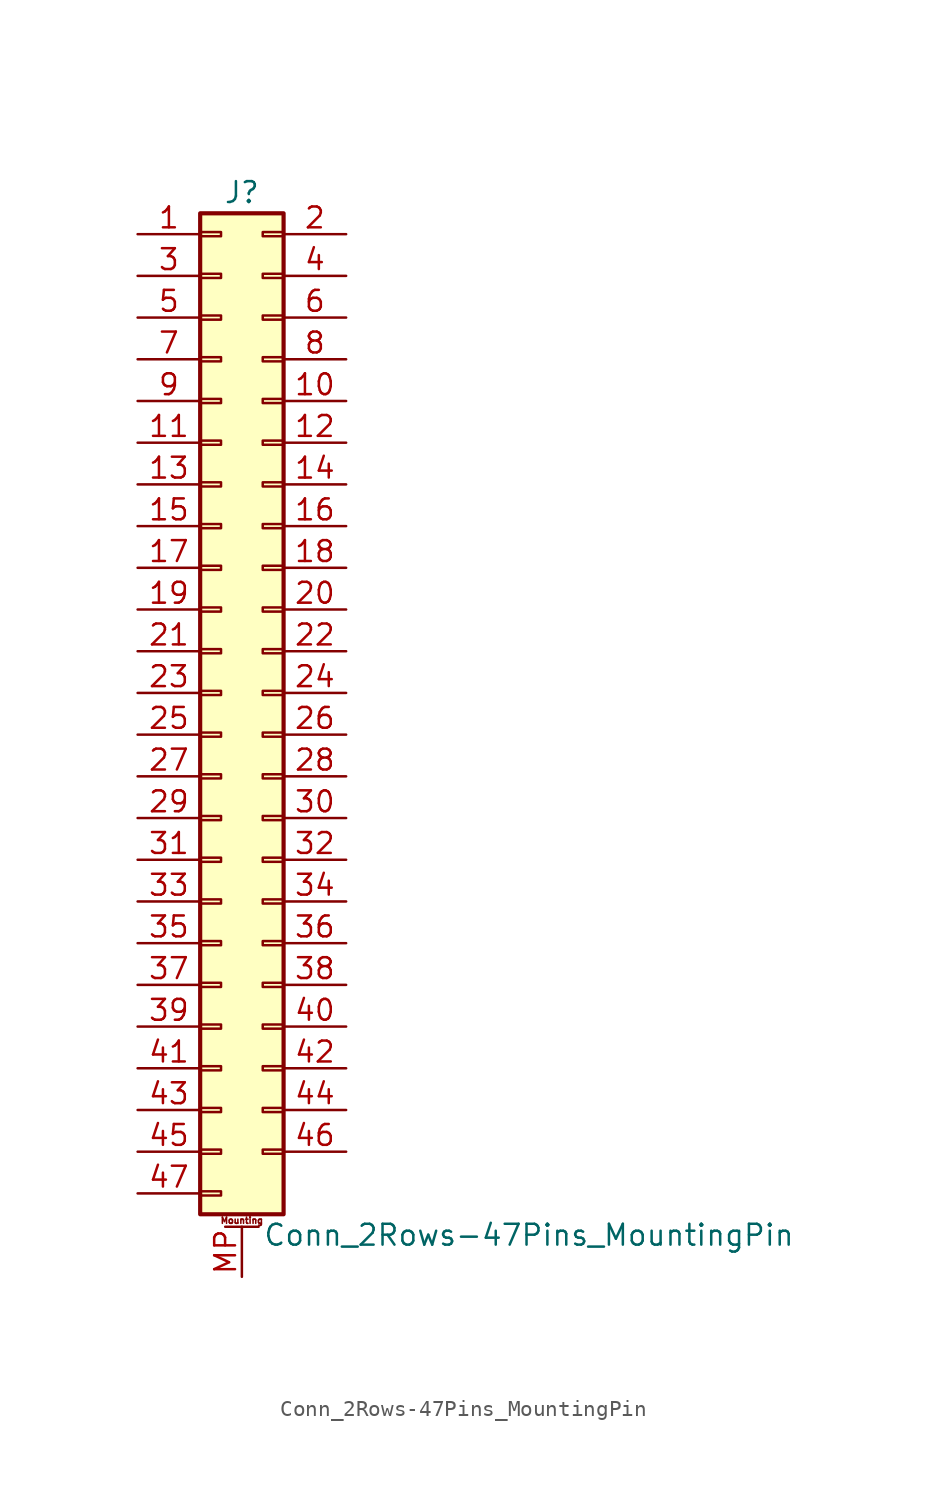
<source format=kicad_sym>
(kicad_symbol_lib
  (version 20201005)
  (generator kicad_symbol_editor)
  (symbol "Conn_2Rows-47Pins_MountingPin"
    (pin_names
      (offset 1.016) hide)
    (property "Reference" "J"
      (at 1.27 30.48 0)
      (effects (font (size 1.27 1.27))))
    (property "Value" "Conn_2Rows-47Pins_MountingPin"
      (at 2.54 -33.02 0)
      (effects (font (size 1.27 1.27)) (justify left)))
    (symbol "Conn_2Rows-47Pins_MountingPin_1_1"
      (text "Mounting" (at 1.27 -32.131 0) (effects (font (size 0.381 0.381))))
      (rectangle (start -1.27 -30.353) (end 0 -30.607) (stroke (width 0.152)) (fill (type none)))
      (rectangle (start -1.27 -27.813) (end 0 -28.067) (stroke (width 0.152)) (fill (type none)))
      (rectangle (start -1.27 -25.273) (end 0 -25.527) (stroke (width 0.152)) (fill (type none)))
      (rectangle (start -1.27 -22.733) (end 0 -22.987) (stroke (width 0.152)) (fill (type none)))
      (rectangle (start -1.27 -20.193) (end 0 -20.447) (stroke (width 0.152)) (fill (type none)))
      (rectangle (start -1.27 -17.653) (end 0 -17.907) (stroke (width 0.152)) (fill (type none)))
      (rectangle (start -1.27 -15.113) (end 0 -15.367) (stroke (width 0.152)) (fill (type none)))
      (rectangle (start -1.27 -12.573) (end 0 -12.827) (stroke (width 0.152)) (fill (type none)))
      (rectangle (start -1.27 -10.033) (end 0 -10.287) (stroke (width 0.152)) (fill (type none)))
      (rectangle (start -1.27 -7.493) (end 0 -7.747) (stroke (width 0.152)) (fill (type none)))
      (rectangle (start -1.27 -4.953) (end 0 -5.207) (stroke (width 0.152)) (fill (type none)))
      (rectangle (start -1.27 -2.413) (end 0 -2.667) (stroke (width 0.152)) (fill (type none)))
      (rectangle (start -1.27 0.127) (end 0 -0.127) (stroke (width 0.152)) (fill (type none)))
      (rectangle (start -1.27 2.667) (end 0 2.413) (stroke (width 0.152)) (fill (type none)))
      (rectangle (start -1.27 5.207) (end 0 4.953) (stroke (width 0.152)) (fill (type none)))
      (rectangle (start -1.27 7.747) (end 0 7.493) (stroke (width 0.152)) (fill (type none)))
      (rectangle (start -1.27 10.287) (end 0 10.033) (stroke (width 0.152)) (fill (type none)))
      (rectangle (start -1.27 12.827) (end 0 12.573) (stroke (width 0.152)) (fill (type none)))
      (rectangle (start -1.27 15.367) (end 0 15.113) (stroke (width 0.152)) (fill (type none)))
      (rectangle (start -1.27 17.907) (end 0 17.653) (stroke (width 0.152)) (fill (type none)))
      (rectangle (start -1.27 20.447) (end 0 20.193) (stroke (width 0.152)) (fill (type none)))
      (rectangle (start -1.27 22.987) (end 0 22.733) (stroke (width 0.152)) (fill (type none)))
      (rectangle (start -1.27 25.527) (end 0 25.273) (stroke (width 0.152)) (fill (type none)))
      (rectangle (start -1.27 28.067) (end 0 27.813) (stroke (width 0.152)) (fill (type none)))
      (rectangle (start 3.81 -27.813) (end 2.54 -28.067) (stroke (width 0.152)) (fill (type none)))
      (rectangle (start 3.81 -25.273) (end 2.54 -25.527) (stroke (width 0.152)) (fill (type none)))
      (rectangle (start 3.81 -22.733) (end 2.54 -22.987) (stroke (width 0.152)) (fill (type none)))
      (rectangle (start 3.81 -20.193) (end 2.54 -20.447) (stroke (width 0.152)) (fill (type none)))
      (rectangle (start 3.81 -17.653) (end 2.54 -17.907) (stroke (width 0.152)) (fill (type none)))
      (rectangle (start 3.81 -15.113) (end 2.54 -15.367) (stroke (width 0.152)) (fill (type none)))
      (rectangle (start 3.81 -12.573) (end 2.54 -12.827) (stroke (width 0.152)) (fill (type none)))
      (rectangle (start 3.81 -10.033) (end 2.54 -10.287) (stroke (width 0.152)) (fill (type none)))
      (rectangle (start 3.81 -7.493) (end 2.54 -7.747) (stroke (width 0.152)) (fill (type none)))
      (rectangle (start 3.81 -4.953) (end 2.54 -5.207) (stroke (width 0.152)) (fill (type none)))
      (rectangle (start 3.81 -2.413) (end 2.54 -2.667) (stroke (width 0.152)) (fill (type none)))
      (rectangle (start 3.81 0.127) (end 2.54 -0.127) (stroke (width 0.152)) (fill (type none)))
      (rectangle (start 3.81 2.667) (end 2.54 2.413) (stroke (width 0.152)) (fill (type none)))
      (rectangle (start 3.81 5.207) (end 2.54 4.953) (stroke (width 0.152)) (fill (type none)))
      (rectangle (start 3.81 7.747) (end 2.54 7.493) (stroke (width 0.152)) (fill (type none)))
      (rectangle (start 3.81 10.287) (end 2.54 10.033) (stroke (width 0.152)) (fill (type none)))
      (rectangle (start 3.81 12.827) (end 2.54 12.573) (stroke (width 0.152)) (fill (type none)))
      (rectangle (start 3.81 15.367) (end 2.54 15.113) (stroke (width 0.152)) (fill (type none)))
      (rectangle (start 3.81 17.907) (end 2.54 17.653) (stroke (width 0.152)) (fill (type none)))
      (rectangle (start 3.81 20.447) (end 2.54 20.193) (stroke (width 0.152)) (fill (type none)))
      (rectangle (start 3.81 22.987) (end 2.54 22.733) (stroke (width 0.152)) (fill (type none)))
      (rectangle (start 3.81 25.527) (end 2.54 25.273) (stroke (width 0.152)) (fill (type none)))
      (rectangle (start 3.81 28.067) (end 2.54 27.813) (stroke (width 0.152)) (fill (type none)))
      (rectangle (start -1.27 29.21) (end 3.81 -31.75) (stroke (width 0.254)) (fill (type background)))
      (polyline (pts (xy 0.254 -32.512) (xy 2.286 -32.512)) (stroke (width 0.152)) (fill (type none)))
      (pin passive line (at -5.08 27.94 0) (length 3.81) (name "Pin_1" (effects (font (size 1.27 1.27)))) (number "1" (effects (font (size 1.27 1.27)))))
      (pin passive line (at 7.62 17.78 180) (length 3.81) (name "Pin_10" (effects (font (size 1.27 1.27)))) (number "10" (effects (font (size 1.27 1.27)))))
      (pin passive line (at -5.08 15.24 0) (length 3.81) (name "Pin_11" (effects (font (size 1.27 1.27)))) (number "11" (effects (font (size 1.27 1.27)))))
      (pin passive line (at 7.62 15.24 180) (length 3.81) (name "Pin_12" (effects (font (size 1.27 1.27)))) (number "12" (effects (font (size 1.27 1.27)))))
      (pin passive line (at -5.08 12.7 0) (length 3.81) (name "Pin_13" (effects (font (size 1.27 1.27)))) (number "13" (effects (font (size 1.27 1.27)))))
      (pin passive line (at 7.62 12.7 180) (length 3.81) (name "Pin_14" (effects (font (size 1.27 1.27)))) (number "14" (effects (font (size 1.27 1.27)))))
      (pin passive line (at -5.08 10.16 0) (length 3.81) (name "Pin_15" (effects (font (size 1.27 1.27)))) (number "15" (effects (font (size 1.27 1.27)))))
      (pin passive line (at 7.62 10.16 180) (length 3.81) (name "Pin_16" (effects (font (size 1.27 1.27)))) (number "16" (effects (font (size 1.27 1.27)))))
      (pin passive line (at -5.08 7.62 0) (length 3.81) (name "Pin_17" (effects (font (size 1.27 1.27)))) (number "17" (effects (font (size 1.27 1.27)))))
      (pin passive line (at 7.62 7.62 180) (length 3.81) (name "Pin_18" (effects (font (size 1.27 1.27)))) (number "18" (effects (font (size 1.27 1.27)))))
      (pin passive line (at -5.08 5.08 0) (length 3.81) (name "Pin_19" (effects (font (size 1.27 1.27)))) (number "19" (effects (font (size 1.27 1.27)))))
      (pin passive line (at 7.62 27.94 180) (length 3.81) (name "Pin_2" (effects (font (size 1.27 1.27)))) (number "2" (effects (font (size 1.27 1.27)))))
      (pin passive line (at 7.62 5.08 180) (length 3.81) (name "Pin_20" (effects (font (size 1.27 1.27)))) (number "20" (effects (font (size 1.27 1.27)))))
      (pin passive line (at -5.08 2.54 0) (length 3.81) (name "Pin_21" (effects (font (size 1.27 1.27)))) (number "21" (effects (font (size 1.27 1.27)))))
      (pin passive line (at 7.62 2.54 180) (length 3.81) (name "Pin_22" (effects (font (size 1.27 1.27)))) (number "22" (effects (font (size 1.27 1.27)))))
      (pin passive line (at -5.08 0 0) (length 3.81) (name "Pin_23" (effects (font (size 1.27 1.27)))) (number "23" (effects (font (size 1.27 1.27)))))
      (pin passive line (at 7.62 0 180) (length 3.81) (name "Pin_24" (effects (font (size 1.27 1.27)))) (number "24" (effects (font (size 1.27 1.27)))))
      (pin passive line (at -5.08 -2.54 0) (length 3.81) (name "Pin_25" (effects (font (size 1.27 1.27)))) (number "25" (effects (font (size 1.27 1.27)))))
      (pin passive line (at 7.62 -2.54 180) (length 3.81) (name "Pin_26" (effects (font (size 1.27 1.27)))) (number "26" (effects (font (size 1.27 1.27)))))
      (pin passive line (at -5.08 -5.08 0) (length 3.81) (name "Pin_27" (effects (font (size 1.27 1.27)))) (number "27" (effects (font (size 1.27 1.27)))))
      (pin passive line (at 7.62 -5.08 180) (length 3.81) (name "Pin_28" (effects (font (size 1.27 1.27)))) (number "28" (effects (font (size 1.27 1.27)))))
      (pin passive line (at -5.08 -7.62 0) (length 3.81) (name "Pin_29" (effects (font (size 1.27 1.27)))) (number "29" (effects (font (size 1.27 1.27)))))
      (pin passive line (at -5.08 25.4 0) (length 3.81) (name "Pin_3" (effects (font (size 1.27 1.27)))) (number "3" (effects (font (size 1.27 1.27)))))
      (pin passive line (at 7.62 -7.62 180) (length 3.81) (name "Pin_30" (effects (font (size 1.27 1.27)))) (number "30" (effects (font (size 1.27 1.27)))))
      (pin passive line (at -5.08 -10.16 0) (length 3.81) (name "Pin_31" (effects (font (size 1.27 1.27)))) (number "31" (effects (font (size 1.27 1.27)))))
      (pin passive line (at 7.62 -10.16 180) (length 3.81) (name "Pin_32" (effects (font (size 1.27 1.27)))) (number "32" (effects (font (size 1.27 1.27)))))
      (pin passive line (at -5.08 -12.7 0) (length 3.81) (name "Pin_33" (effects (font (size 1.27 1.27)))) (number "33" (effects (font (size 1.27 1.27)))))
      (pin passive line (at 7.62 -12.7 180) (length 3.81) (name "Pin_34" (effects (font (size 1.27 1.27)))) (number "34" (effects (font (size 1.27 1.27)))))
      (pin passive line (at -5.08 -15.24 0) (length 3.81) (name "Pin_35" (effects (font (size 1.27 1.27)))) (number "35" (effects (font (size 1.27 1.27)))))
      (pin passive line (at 7.62 -15.24 180) (length 3.81) (name "Pin_36" (effects (font (size 1.27 1.27)))) (number "36" (effects (font (size 1.27 1.27)))))
      (pin passive line (at -5.08 -17.78 0) (length 3.81) (name "Pin_37" (effects (font (size 1.27 1.27)))) (number "37" (effects (font (size 1.27 1.27)))))
      (pin passive line (at 7.62 -17.78 180) (length 3.81) (name "Pin_38" (effects (font (size 1.27 1.27)))) (number "38" (effects (font (size 1.27 1.27)))))
      (pin passive line (at -5.08 -20.32 0) (length 3.81) (name "Pin_39" (effects (font (size 1.27 1.27)))) (number "39" (effects (font (size 1.27 1.27)))))
      (pin passive line (at 7.62 25.4 180) (length 3.81) (name "Pin_4" (effects (font (size 1.27 1.27)))) (number "4" (effects (font (size 1.27 1.27)))))
      (pin passive line (at 7.62 -20.32 180) (length 3.81) (name "Pin_40" (effects (font (size 1.27 1.27)))) (number "40" (effects (font (size 1.27 1.27)))))
      (pin passive line (at -5.08 -22.86 0) (length 3.81) (name "Pin_41" (effects (font (size 1.27 1.27)))) (number "41" (effects (font (size 1.27 1.27)))))
      (pin passive line (at 7.62 -22.86 180) (length 3.81) (name "Pin_42" (effects (font (size 1.27 1.27)))) (number "42" (effects (font (size 1.27 1.27)))))
      (pin passive line (at -5.08 -25.4 0) (length 3.81) (name "Pin_43" (effects (font (size 1.27 1.27)))) (number "43" (effects (font (size 1.27 1.27)))))
      (pin passive line (at 7.62 -25.4 180) (length 3.81) (name "Pin_44" (effects (font (size 1.27 1.27)))) (number "44" (effects (font (size 1.27 1.27)))))
      (pin passive line (at -5.08 -27.94 0) (length 3.81) (name "Pin_45" (effects (font (size 1.27 1.27)))) (number "45" (effects (font (size 1.27 1.27)))))
      (pin passive line (at 7.62 -27.94 180) (length 3.81) (name "Pin_46" (effects (font (size 1.27 1.27)))) (number "46" (effects (font (size 1.27 1.27)))))
      (pin passive line (at -5.08 -30.48 0) (length 3.81) (name "Pin_47" (effects (font (size 1.27 1.27)))) (number "47" (effects (font (size 1.27 1.27)))))
      (pin passive line (at -5.08 22.86 0) (length 3.81) (name "Pin_5" (effects (font (size 1.27 1.27)))) (number "5" (effects (font (size 1.27 1.27)))))
      (pin passive line (at 7.62 22.86 180) (length 3.81) (name "Pin_6" (effects (font (size 1.27 1.27)))) (number "6" (effects (font (size 1.27 1.27)))))
      (pin passive line (at -5.08 20.32 0) (length 3.81) (name "Pin_7" (effects (font (size 1.27 1.27)))) (number "7" (effects (font (size 1.27 1.27)))))
      (pin passive line (at 7.62 20.32 180) (length 3.81) (name "Pin_8" (effects (font (size 1.27 1.27)))) (number "8" (effects (font (size 1.27 1.27)))))
      (pin passive line (at -5.08 17.78 0) (length 3.81) (name "Pin_9" (effects (font (size 1.27 1.27)))) (number "9" (effects (font (size 1.27 1.27)))))
      (pin passive line (at 1.27 -35.56 90) (length 3.048) (name "MountPin" (effects (font (size 1.27 1.27)))) (number "MP" (effects (font (size 1.27 1.27))))))))
</source>
